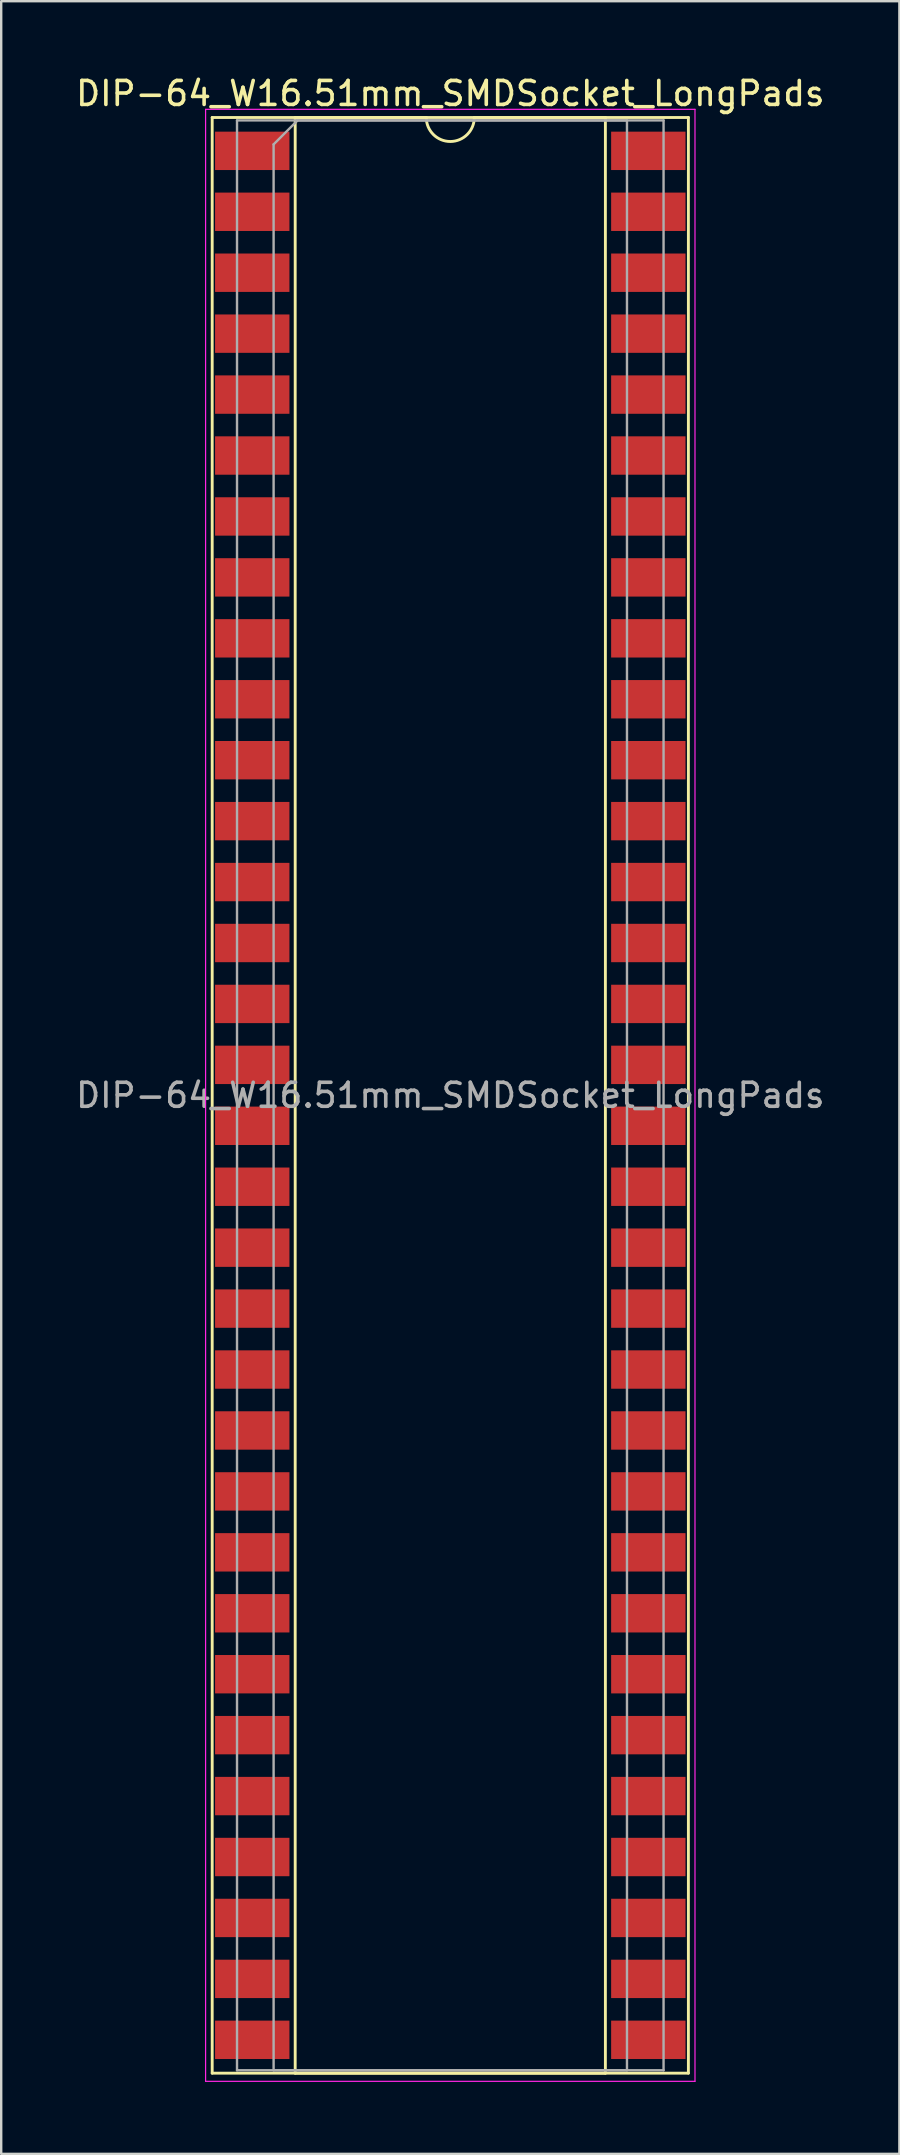
<source format=kicad_pcb>
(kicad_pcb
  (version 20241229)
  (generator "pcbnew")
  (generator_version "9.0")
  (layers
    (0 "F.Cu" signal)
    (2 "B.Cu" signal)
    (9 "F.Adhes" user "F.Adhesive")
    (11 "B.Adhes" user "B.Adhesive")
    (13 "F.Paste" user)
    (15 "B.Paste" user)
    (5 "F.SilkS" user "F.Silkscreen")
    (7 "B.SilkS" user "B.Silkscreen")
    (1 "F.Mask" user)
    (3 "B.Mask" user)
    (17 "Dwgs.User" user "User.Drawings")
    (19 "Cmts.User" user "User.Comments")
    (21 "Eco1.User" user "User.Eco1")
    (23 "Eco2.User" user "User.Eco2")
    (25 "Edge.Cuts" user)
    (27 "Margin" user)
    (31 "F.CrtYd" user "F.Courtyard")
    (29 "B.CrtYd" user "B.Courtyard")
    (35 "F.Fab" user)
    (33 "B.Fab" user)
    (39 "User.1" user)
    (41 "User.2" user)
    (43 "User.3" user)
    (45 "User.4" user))
  (footprint "DIP-64_W16.51mm_SMDSocket_LongPads"
    (layer "F.Cu")
    (at 15.72 42.608)
    (property "Reference" "DIP-64_W16.51mm_SMDSocket_LongPads" (at 0 -41.76 0) (layer "F.SilkS") (effects (font (size 1 1) (thickness 0.15))))
    (attr smd)
    (fp_line (start -9.925 -40.76) (end -9.925 40.76) (stroke (width 0.12) (type solid)) (layer "F.SilkS"))
    (fp_line (start -9.925 40.76) (end 9.925 40.76) (stroke (width 0.12) (type solid)) (layer "F.SilkS"))
    (fp_line (start -6.465 -40.76) (end -6.465 40.76) (stroke (width 0.12) (type solid)) (layer "F.SilkS"))
    (fp_line (start -6.465 40.76) (end 6.465 40.76) (stroke (width 0.12) (type solid)) (layer "F.SilkS"))
    (fp_line (start -1 -40.76) (end -6.465 -40.76) (stroke (width 0.12) (type solid)) (layer "F.SilkS"))
    (fp_line (start 6.465 -40.76) (end 1 -40.76) (stroke (width 0.12) (type solid)) (layer "F.SilkS"))
    (fp_line (start 6.465 40.76) (end 6.465 -40.76) (stroke (width 0.12) (type solid)) (layer "F.SilkS"))
    (fp_line (start 9.925 -40.76) (end -9.925 -40.76) (stroke (width 0.12) (type solid)) (layer "F.SilkS"))
    (fp_line (start 9.925 40.76) (end 9.925 -40.76) (stroke (width 0.12) (type solid)) (layer "F.SilkS"))
    (fp_arc (start 1 -40.76) (mid 0 -39.76) (end -1 -40.76) (stroke (width 0.12) (type solid)) (layer "F.SilkS"))
    (fp_line (start -10.2 -41.1) (end -10.2 41.1) (stroke (width 0.05) (type solid)) (layer "F.CrtYd"))
    (fp_line (start -10.2 41.1) (end 10.2 41.1) (stroke (width 0.05) (type solid)) (layer "F.CrtYd"))
    (fp_line (start 10.2 -41.1) (end -10.2 -41.1) (stroke (width 0.05) (type solid)) (layer "F.CrtYd"))
    (fp_line (start 10.2 41.1) (end 10.2 -41.1) (stroke (width 0.05) (type solid)) (layer "F.CrtYd"))
    (fp_line (start -8.89 -40.64) (end -8.89 40.64) (stroke (width 0.1) (type solid)) (layer "F.Fab"))
    (fp_line (start -8.89 40.64) (end 8.89 40.64) (stroke (width 0.1) (type solid)) (layer "F.Fab"))
    (fp_line (start -7.365 -39.64) (end -6.365 -40.64) (stroke (width 0.1) (type solid)) (layer "F.Fab"))
    (fp_line (start -7.365 40.64) (end -7.365 -39.64) (stroke (width 0.1) (type solid)) (layer "F.Fab"))
    (fp_line (start -6.365 -40.64) (end 7.365 -40.64) (stroke (width 0.1) (type solid)) (layer "F.Fab"))
    (fp_line (start 7.365 -40.64) (end 7.365 40.64) (stroke (width 0.1) (type solid)) (layer "F.Fab"))
    (fp_line (start 7.365 40.64) (end -7.365 40.64) (stroke (width 0.1) (type solid)) (layer "F.Fab"))
    (fp_line (start 8.89 -40.64) (end -8.89 -40.64) (stroke (width 0.1) (type solid)) (layer "F.Fab"))
    (fp_line (start 8.89 40.64) (end 8.89 -40.64) (stroke (width 0.1) (type solid)) (layer "F.Fab"))
    (fp_text user "${REFERENCE}" (at 0 0 0) (layer "F.Fab") (effects (font (size 1 1) (thickness 0.15))))
    (pad "1" smd rect (at -8.255 -39.37) (size 3.1 1.6) (layers "F.Cu" "F.Mask" "F.Paste"))
    (pad "2" smd rect (at -8.255 -36.83) (size 3.1 1.6) (layers "F.Cu" "F.Mask" "F.Paste"))
    (pad "3" smd rect (at -8.255 -34.29) (size 3.1 1.6) (layers "F.Cu" "F.Mask" "F.Paste"))
    (pad "4" smd rect (at -8.255 -31.75) (size 3.1 1.6) (layers "F.Cu" "F.Mask" "F.Paste"))
    (pad "5" smd rect (at -8.255 -29.21) (size 3.1 1.6) (layers "F.Cu" "F.Mask" "F.Paste"))
    (pad "6" smd rect (at -8.255 -26.67) (size 3.1 1.6) (layers "F.Cu" "F.Mask" "F.Paste"))
    (pad "7" smd rect (at -8.255 -24.13) (size 3.1 1.6) (layers "F.Cu" "F.Mask" "F.Paste"))
    (pad "8" smd rect (at -8.255 -21.59) (size 3.1 1.6) (layers "F.Cu" "F.Mask" "F.Paste"))
    (pad "9" smd rect (at -8.255 -19.05) (size 3.1 1.6) (layers "F.Cu" "F.Mask" "F.Paste"))
    (pad "10" smd rect (at -8.255 -16.51) (size 3.1 1.6) (layers "F.Cu" "F.Mask" "F.Paste"))
    (pad "11" smd rect (at -8.255 -13.97) (size 3.1 1.6) (layers "F.Cu" "F.Mask" "F.Paste"))
    (pad "12" smd rect (at -8.255 -11.43) (size 3.1 1.6) (layers "F.Cu" "F.Mask" "F.Paste"))
    (pad "13" smd rect (at -8.255 -8.89) (size 3.1 1.6) (layers "F.Cu" "F.Mask" "F.Paste"))
    (pad "14" smd rect (at -8.255 -6.35) (size 3.1 1.6) (layers "F.Cu" "F.Mask" "F.Paste"))
    (pad "15" smd rect (at -8.255 -3.81) (size 3.1 1.6) (layers "F.Cu" "F.Mask" "F.Paste"))
    (pad "16" smd rect (at -8.255 -1.27) (size 3.1 1.6) (layers "F.Cu" "F.Mask" "F.Paste"))
    (pad "17" smd rect (at -8.255 1.27) (size 3.1 1.6) (layers "F.Cu" "F.Mask" "F.Paste"))
    (pad "18" smd rect (at -8.255 3.81) (size 3.1 1.6) (layers "F.Cu" "F.Mask" "F.Paste"))
    (pad "19" smd rect (at -8.255 6.35) (size 3.1 1.6) (layers "F.Cu" "F.Mask" "F.Paste"))
    (pad "20" smd rect (at -8.255 8.89) (size 3.1 1.6) (layers "F.Cu" "F.Mask" "F.Paste"))
    (pad "21" smd rect (at -8.255 11.43) (size 3.1 1.6) (layers "F.Cu" "F.Mask" "F.Paste"))
    (pad "22" smd rect (at -8.255 13.97) (size 3.1 1.6) (layers "F.Cu" "F.Mask" "F.Paste"))
    (pad "23" smd rect (at -8.255 16.51) (size 3.1 1.6) (layers "F.Cu" "F.Mask" "F.Paste"))
    (pad "24" smd rect (at -8.255 19.05) (size 3.1 1.6) (layers "F.Cu" "F.Mask" "F.Paste"))
    (pad "25" smd rect (at -8.255 21.59) (size 3.1 1.6) (layers "F.Cu" "F.Mask" "F.Paste"))
    (pad "26" smd rect (at -8.255 24.13) (size 3.1 1.6) (layers "F.Cu" "F.Mask" "F.Paste"))
    (pad "27" smd rect (at -8.255 26.67) (size 3.1 1.6) (layers "F.Cu" "F.Mask" "F.Paste"))
    (pad "28" smd rect (at -8.255 29.21) (size 3.1 1.6) (layers "F.Cu" "F.Mask" "F.Paste"))
    (pad "29" smd rect (at -8.255 31.75) (size 3.1 1.6) (layers "F.Cu" "F.Mask" "F.Paste"))
    (pad "30" smd rect (at -8.255 34.29) (size 3.1 1.6) (layers "F.Cu" "F.Mask" "F.Paste"))
    (pad "31" smd rect (at -8.255 36.83) (size 3.1 1.6) (layers "F.Cu" "F.Mask" "F.Paste"))
    (pad "32" smd rect (at -8.255 39.37) (size 3.1 1.6) (layers "F.Cu" "F.Mask" "F.Paste"))
    (pad "33" smd rect (at 8.255 39.37) (size 3.1 1.6) (layers "F.Cu" "F.Mask" "F.Paste"))
    (pad "34" smd rect (at 8.255 36.83) (size 3.1 1.6) (layers "F.Cu" "F.Mask" "F.Paste"))
    (pad "35" smd rect (at 8.255 34.29) (size 3.1 1.6) (layers "F.Cu" "F.Mask" "F.Paste"))
    (pad "36" smd rect (at 8.255 31.75) (size 3.1 1.6) (layers "F.Cu" "F.Mask" "F.Paste"))
    (pad "37" smd rect (at 8.255 29.21) (size 3.1 1.6) (layers "F.Cu" "F.Mask" "F.Paste"))
    (pad "38" smd rect (at 8.255 26.67) (size 3.1 1.6) (layers "F.Cu" "F.Mask" "F.Paste"))
    (pad "39" smd rect (at 8.255 24.13) (size 3.1 1.6) (layers "F.Cu" "F.Mask" "F.Paste"))
    (pad "40" smd rect (at 8.255 21.59) (size 3.1 1.6) (layers "F.Cu" "F.Mask" "F.Paste"))
    (pad "41" smd rect (at 8.255 19.05) (size 3.1 1.6) (layers "F.Cu" "F.Mask" "F.Paste"))
    (pad "42" smd rect (at 8.255 16.51) (size 3.1 1.6) (layers "F.Cu" "F.Mask" "F.Paste"))
    (pad "43" smd rect (at 8.255 13.97) (size 3.1 1.6) (layers "F.Cu" "F.Mask" "F.Paste"))
    (pad "44" smd rect (at 8.255 11.43) (size 3.1 1.6) (layers "F.Cu" "F.Mask" "F.Paste"))
    (pad "45" smd rect (at 8.255 8.89) (size 3.1 1.6) (layers "F.Cu" "F.Mask" "F.Paste"))
    (pad "46" smd rect (at 8.255 6.35) (size 3.1 1.6) (layers "F.Cu" "F.Mask" "F.Paste"))
    (pad "47" smd rect (at 8.255 3.81) (size 3.1 1.6) (layers "F.Cu" "F.Mask" "F.Paste"))
    (pad "48" smd rect (at 8.255 1.27) (size 3.1 1.6) (layers "F.Cu" "F.Mask" "F.Paste"))
    (pad "49" smd rect (at 8.255 -1.27) (size 3.1 1.6) (layers "F.Cu" "F.Mask" "F.Paste"))
    (pad "50" smd rect (at 8.255 -3.81) (size 3.1 1.6) (layers "F.Cu" "F.Mask" "F.Paste"))
    (pad "51" smd rect (at 8.255 -6.35) (size 3.1 1.6) (layers "F.Cu" "F.Mask" "F.Paste"))
    (pad "52" smd rect (at 8.255 -8.89) (size 3.1 1.6) (layers "F.Cu" "F.Mask" "F.Paste"))
    (pad "53" smd rect (at 8.255 -11.43) (size 3.1 1.6) (layers "F.Cu" "F.Mask" "F.Paste"))
    (pad "54" smd rect (at 8.255 -13.97) (size 3.1 1.6) (layers "F.Cu" "F.Mask" "F.Paste"))
    (pad "55" smd rect (at 8.255 -16.51) (size 3.1 1.6) (layers "F.Cu" "F.Mask" "F.Paste"))
    (pad "56" smd rect (at 8.255 -19.05) (size 3.1 1.6) (layers "F.Cu" "F.Mask" "F.Paste"))
    (pad "57" smd rect (at 8.255 -21.59) (size 3.1 1.6) (layers "F.Cu" "F.Mask" "F.Paste"))
    (pad "58" smd rect (at 8.255 -24.13) (size 3.1 1.6) (layers "F.Cu" "F.Mask" "F.Paste"))
    (pad "59" smd rect (at 8.255 -26.67) (size 3.1 1.6) (layers "F.Cu" "F.Mask" "F.Paste"))
    (pad "60" smd rect (at 8.255 -29.21) (size 3.1 1.6) (layers "F.Cu" "F.Mask" "F.Paste"))
    (pad "61" smd rect (at 8.255 -31.75) (size 3.1 1.6) (layers "F.Cu" "F.Mask" "F.Paste"))
    (pad "62" smd rect (at 8.255 -34.29) (size 3.1 1.6) (layers "F.Cu" "F.Mask" "F.Paste"))
    (pad "63" smd rect (at 8.255 -36.83) (size 3.1 1.6) (layers "F.Cu" "F.Mask" "F.Paste"))
    (pad "64" smd rect (at 8.255 -39.37) (size 3.1 1.6) (layers "F.Cu" "F.Mask" "F.Paste")))
  (gr_rect
    (start -3 -3)
    (end 34.44 86.733)
    (stroke (width 0.1) (type default))
    (fill no)
    (layer "Edge.Cuts")))
</source>
